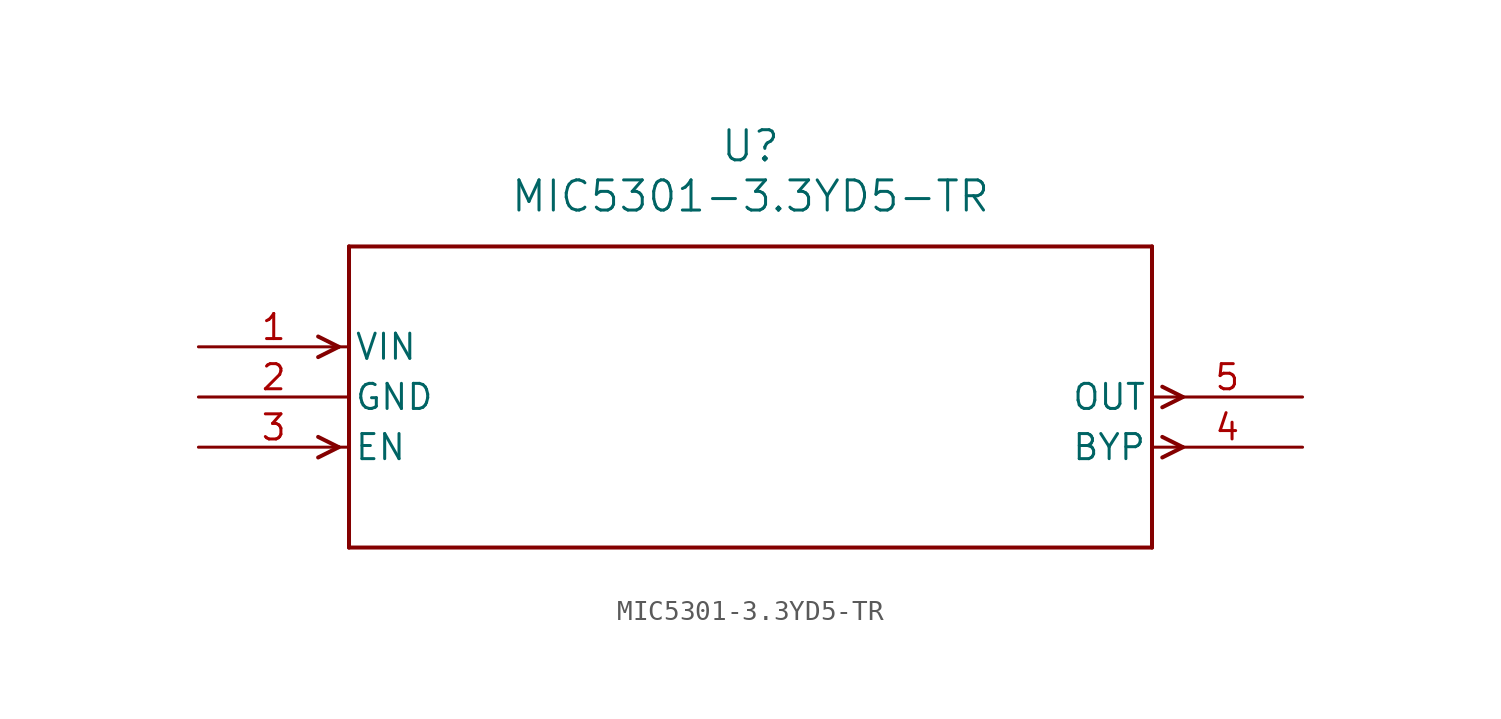
<source format=kicad_sym>
(kicad_symbol_lib
  (version 20211014)
  (generator kicad_symbol_editor)
  (symbol "MIC5301-3.3YD5-TR"
    (pin_names
      (offset 0.254))
    (property "Reference" "U"
      (at 27.94 10.16 0)
      (effects (font (size 1.524 1.524))))
    (property "Value" "MIC5301-3.3YD5-TR"
      (at 27.94 7.62 0)
      (effects (font (size 1.524 1.524))))
    (symbol "MIC5301-3.3YD5-TR_0_1"
      (polyline (pts (xy 7.099 0) (xy 6.058 0.521)) (stroke (width 0.203) (type default) (color 0 0 0 0)) (fill (type none)))
      (polyline (pts (xy 7.099 0) (xy 6.058 -0.521)) (stroke (width 0.203) (type default) (color 0 0 0 0)) (fill (type none)))
      (polyline (pts (xy 7.099 -5.08) (xy 6.058 -4.559)) (stroke (width 0.203) (type default) (color 0 0 0 0)) (fill (type none)))
      (polyline (pts (xy 7.099 -5.08) (xy 6.058 -5.601)) (stroke (width 0.203) (type default) (color 0 0 0 0)) (fill (type none)))
      (polyline (pts (xy 48.781 -4.559) (xy 49.822 -5.08)) (stroke (width 0.203) (type default) (color 0 0 0 0)) (fill (type none)))
      (polyline (pts (xy 48.781 -5.601) (xy 49.822 -5.08)) (stroke (width 0.203) (type default) (color 0 0 0 0)) (fill (type none)))
      (polyline (pts (xy 48.781 -2.019) (xy 49.822 -2.54)) (stroke (width 0.203) (type default) (color 0 0 0 0)) (fill (type none)))
      (polyline (pts (xy 48.781 -3.061) (xy 49.822 -2.54)) (stroke (width 0.203) (type default) (color 0 0 0 0)) (fill (type none)))
      (polyline (pts (xy 7.62 5.08) (xy 7.62 -10.16)) (stroke (width 0.203) (type default) (color 0 0 0 0)) (fill (type none)))
      (polyline (pts (xy 7.62 -10.16) (xy 48.26 -10.16)) (stroke (width 0.203) (type default) (color 0 0 0 0)) (fill (type none)))
      (polyline (pts (xy 48.26 -10.16) (xy 48.26 5.08)) (stroke (width 0.203) (type default) (color 0 0 0 0)) (fill (type none)))
      (polyline (pts (xy 48.26 5.08) (xy 7.62 5.08)) (stroke (width 0.203) (type default) (color 0 0 0 0)) (fill (type none)))
      (pin input line (at 0 0 0) (length 7.62) (name "VIN" (effects (font (size 1.27 1.27)))) (number "1" (effects (font (size 1.27 1.27)))))
      (pin power_in line (at 0 -2.54 0) (length 7.62) (name "GND" (effects (font (size 1.27 1.27)))) (number "2" (effects (font (size 1.27 1.27)))))
      (pin input line (at 0 -5.08 0) (length 7.62) (name "EN" (effects (font (size 1.27 1.27)))) (number "3" (effects (font (size 1.27 1.27)))))
      (pin output line (at 55.88 -5.08 180) (length 7.62) (name "BYP" (effects (font (size 1.27 1.27)))) (number "4" (effects (font (size 1.27 1.27)))))
      (pin output line (at 55.88 -2.54 180) (length 7.62) (name "OUT" (effects (font (size 1.27 1.27)))) (number "5" (effects (font (size 1.27 1.27))))))))
</source>
